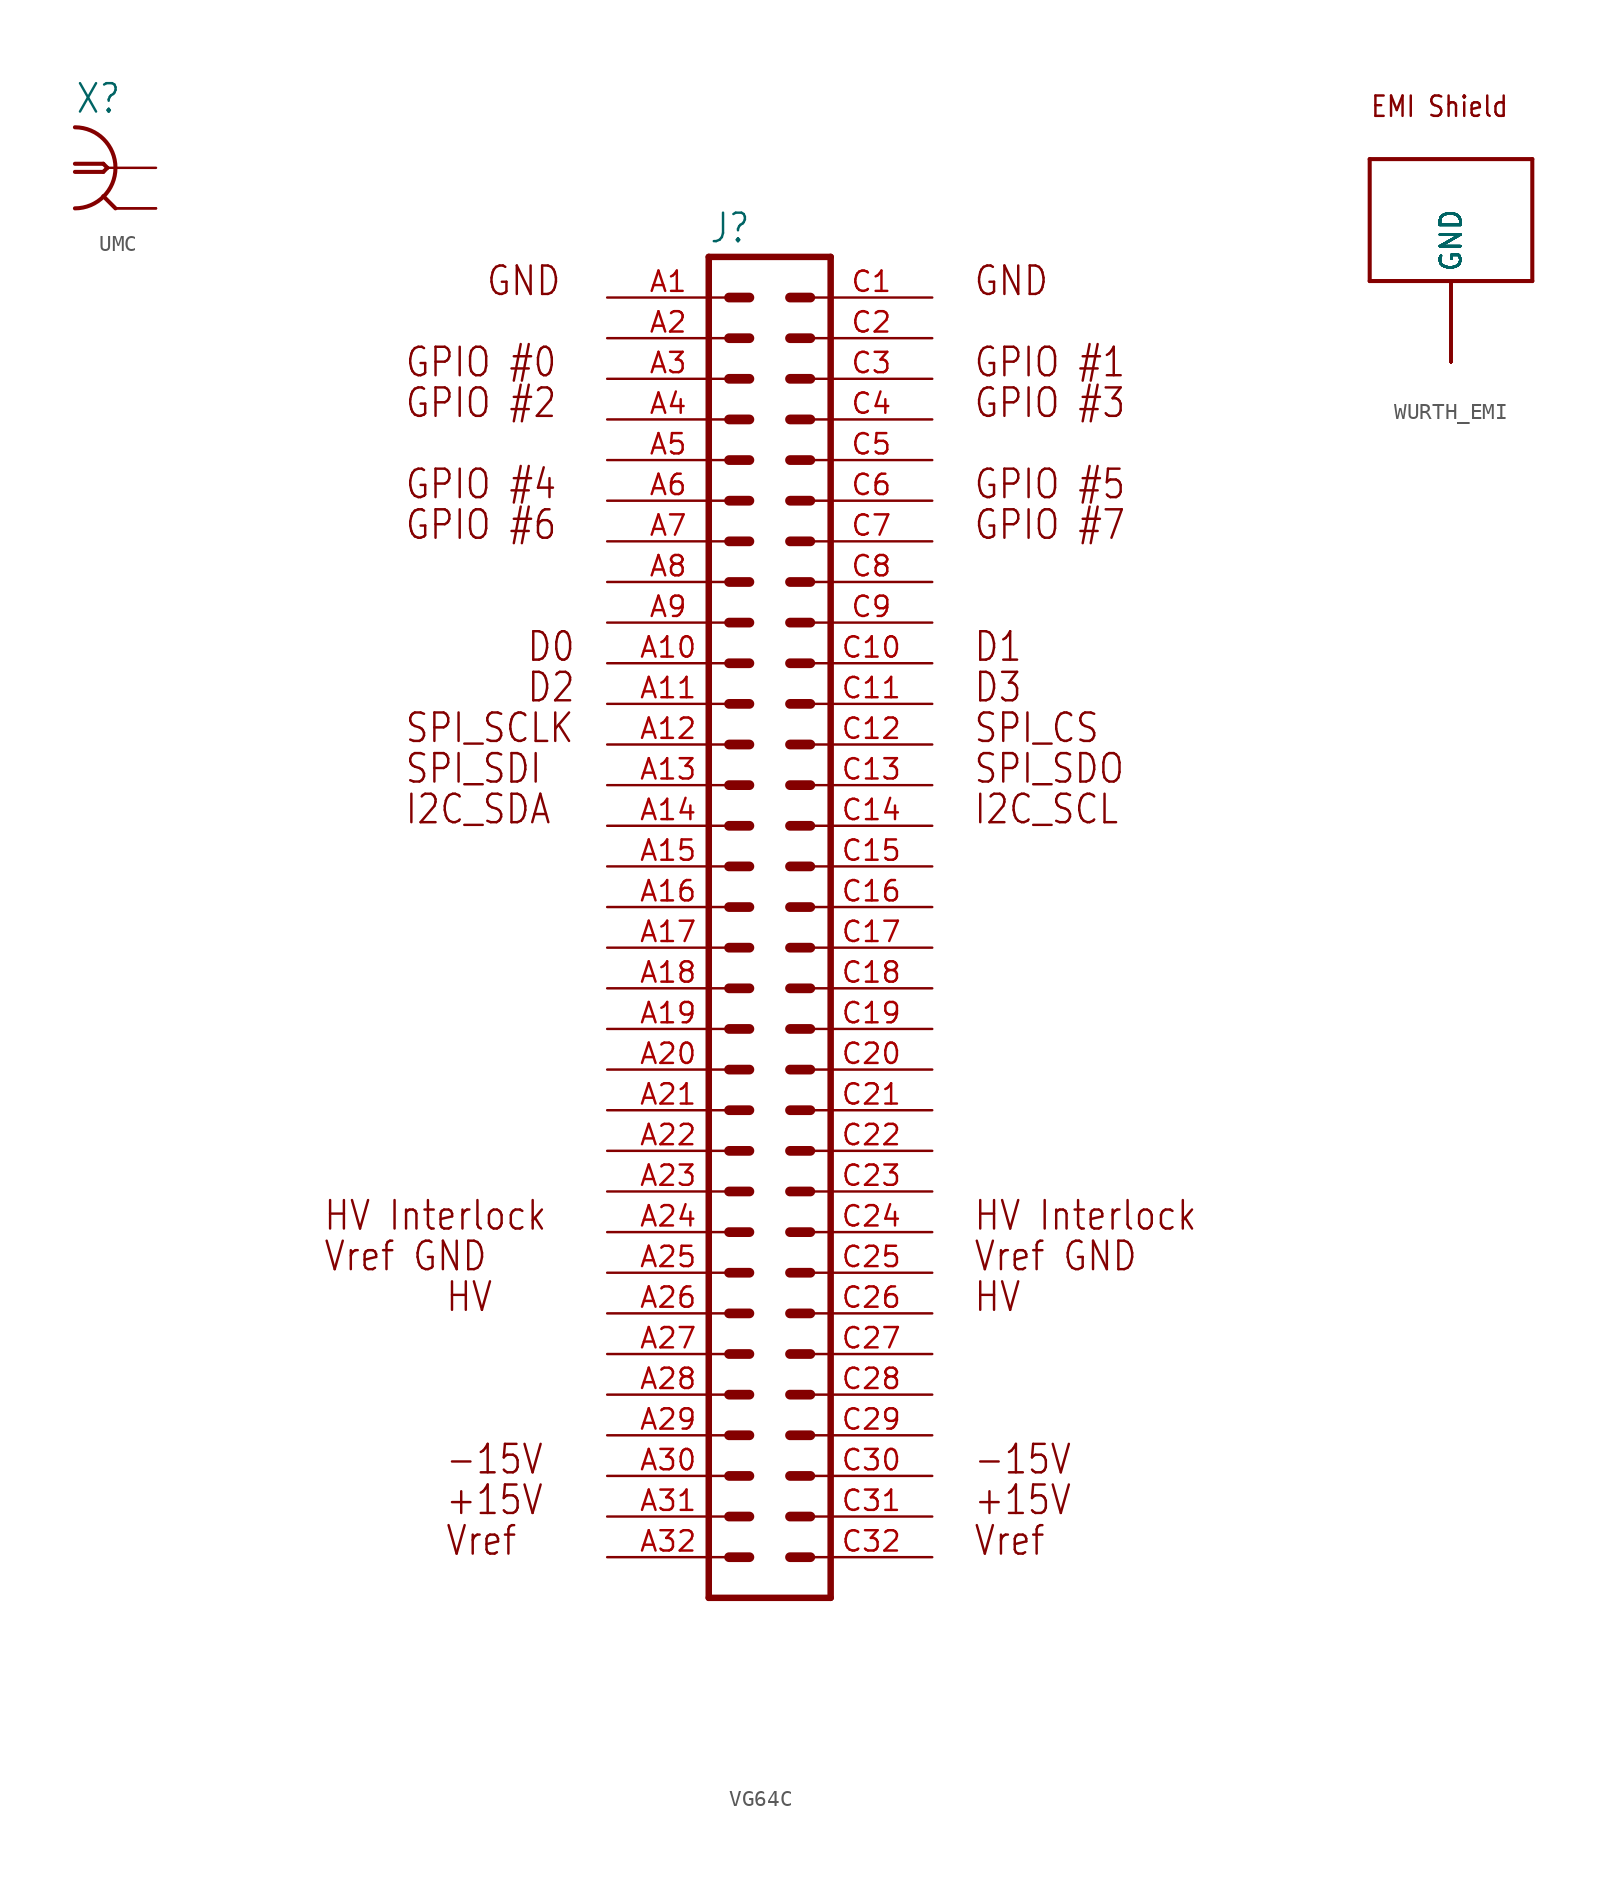
<source format=kicad_sym>
(kicad_symbol_lib
  (version 20231120)
  (generator "kicad_symbol_editor")
  (generator_version "8.0")
  (symbol "UMC"
    (property "Reference" "X"
      (at -2.54 3.302 0)
      (effects (font (size 1.778 1.511)) (justify left bottom)))
    (property "ki_locked" ""
      (at 0 0 0)
      (effects (font (size 1.27 1.27))))
    (symbol "UMC_1_0"
      (arc (start -2.54 -2.54) (mid 0 0) (end -2.54 2.54) (stroke (width 0.254) (type solid)) (fill (type none)))
      (polyline (pts (xy -2.54 0.254) (xy -0.762 0.254)) (stroke (width 0.254) (type solid)) (fill (type none)))
      (polyline (pts (xy -0.762 -0.254) (xy -2.54 -0.254)) (stroke (width 0.254) (type solid)) (fill (type none)))
      (polyline (pts (xy -0.762 0.254) (xy -0.508 0)) (stroke (width 0.254) (type solid)) (fill (type none)))
      (polyline (pts (xy -0.508 0) (xy -0.762 -0.254)) (stroke (width 0.254) (type solid)) (fill (type none)))
      (polyline (pts (xy 0 -2.54) (xy -0.762 -1.778)) (stroke (width 0.254) (type solid)) (fill (type none)))
      (polyline (pts (xy 0 0) (xy -0.508 0)) (stroke (width 0.152) (type solid)) (fill (type none)))
      (pin passive line (at 2.54 0 180) (length 2.54) (name "1" (effects (font (size 0 0)))) (number "P$1" (effects (font (size 0 0)))))
      (pin passive line (at 2.54 -2.54 180) (length 2.54) (name "2" (effects (font (size 0 0)))) (number "P$2" (effects (font (size 0 0)))))
      (pin passive line (at 2.54 -2.54 180) (length 2.54) (name "2" (effects (font (size 0 0)))) (number "P$3" (effects (font (size 0 0)))))))
  (symbol "VG64C"
    (property "Reference" "J"
      (at -3.81 41.402 0)
      (effects (font (size 1.778 1.511)) (justify left bottom)))
    (property "Value" ""
      (at -3.81 -45.72 0)
      (effects (font (size 1.778 1.511)) (justify left bottom)))
    (property "ki_locked" ""
      (at 0 0 0)
      (effects (font (size 1.27 1.27))))
    (symbol "VG64C_1_0"
      (polyline (pts (xy -3.81 40.64) (xy -3.81 -43.18)) (stroke (width 0.406) (type solid)) (fill (type none)))
      (polyline (pts (xy -3.81 40.64) (xy 3.81 40.64)) (stroke (width 0.406) (type solid)) (fill (type none)))
      (polyline (pts (xy -2.54 -40.64) (xy -1.27 -40.64)) (stroke (width 0.61) (type solid)) (fill (type none)))
      (polyline (pts (xy -2.54 -38.1) (xy -1.27 -38.1)) (stroke (width 0.61) (type solid)) (fill (type none)))
      (polyline (pts (xy -2.54 -35.56) (xy -1.27 -35.56)) (stroke (width 0.61) (type solid)) (fill (type none)))
      (polyline (pts (xy -2.54 -33.02) (xy -1.27 -33.02)) (stroke (width 0.61) (type solid)) (fill (type none)))
      (polyline (pts (xy -2.54 -30.48) (xy -1.27 -30.48)) (stroke (width 0.61) (type solid)) (fill (type none)))
      (polyline (pts (xy -2.54 -27.94) (xy -1.27 -27.94)) (stroke (width 0.61) (type solid)) (fill (type none)))
      (polyline (pts (xy -2.54 -25.4) (xy -1.27 -25.4)) (stroke (width 0.61) (type solid)) (fill (type none)))
      (polyline (pts (xy -2.54 -22.86) (xy -1.27 -22.86)) (stroke (width 0.61) (type solid)) (fill (type none)))
      (polyline (pts (xy -2.54 -20.32) (xy -1.27 -20.32)) (stroke (width 0.61) (type solid)) (fill (type none)))
      (polyline (pts (xy -2.54 -17.78) (xy -1.27 -17.78)) (stroke (width 0.61) (type solid)) (fill (type none)))
      (polyline (pts (xy -2.54 -15.24) (xy -1.27 -15.24)) (stroke (width 0.61) (type solid)) (fill (type none)))
      (polyline (pts (xy -2.54 -12.7) (xy -1.27 -12.7)) (stroke (width 0.61) (type solid)) (fill (type none)))
      (polyline (pts (xy -2.54 -10.16) (xy -1.27 -10.16)) (stroke (width 0.61) (type solid)) (fill (type none)))
      (polyline (pts (xy -2.54 -7.62) (xy -1.27 -7.62)) (stroke (width 0.61) (type solid)) (fill (type none)))
      (polyline (pts (xy -2.54 -5.08) (xy -1.27 -5.08)) (stroke (width 0.61) (type solid)) (fill (type none)))
      (polyline (pts (xy -2.54 -2.54) (xy -1.27 -2.54)) (stroke (width 0.61) (type solid)) (fill (type none)))
      (polyline (pts (xy -2.54 0) (xy -1.27 0)) (stroke (width 0.61) (type solid)) (fill (type none)))
      (polyline (pts (xy -2.54 2.54) (xy -1.27 2.54)) (stroke (width 0.61) (type solid)) (fill (type none)))
      (polyline (pts (xy -2.54 5.08) (xy -1.27 5.08)) (stroke (width 0.61) (type solid)) (fill (type none)))
      (polyline (pts (xy -2.54 7.62) (xy -1.27 7.62)) (stroke (width 0.61) (type solid)) (fill (type none)))
      (polyline (pts (xy -2.54 10.16) (xy -1.27 10.16)) (stroke (width 0.61) (type solid)) (fill (type none)))
      (polyline (pts (xy -2.54 12.7) (xy -1.27 12.7)) (stroke (width 0.61) (type solid)) (fill (type none)))
      (polyline (pts (xy -2.54 15.24) (xy -1.27 15.24)) (stroke (width 0.61) (type solid)) (fill (type none)))
      (polyline (pts (xy -2.54 17.78) (xy -1.27 17.78)) (stroke (width 0.61) (type solid)) (fill (type none)))
      (polyline (pts (xy -2.54 20.32) (xy -1.27 20.32)) (stroke (width 0.61) (type solid)) (fill (type none)))
      (polyline (pts (xy -2.54 22.86) (xy -1.27 22.86)) (stroke (width 0.61) (type solid)) (fill (type none)))
      (polyline (pts (xy -2.54 25.4) (xy -1.27 25.4)) (stroke (width 0.61) (type solid)) (fill (type none)))
      (polyline (pts (xy -2.54 27.94) (xy -1.27 27.94)) (stroke (width 0.61) (type solid)) (fill (type none)))
      (polyline (pts (xy -2.54 30.48) (xy -1.27 30.48)) (stroke (width 0.61) (type solid)) (fill (type none)))
      (polyline (pts (xy -2.54 33.02) (xy -1.27 33.02)) (stroke (width 0.61) (type solid)) (fill (type none)))
      (polyline (pts (xy -2.54 35.56) (xy -1.27 35.56)) (stroke (width 0.61) (type solid)) (fill (type none)))
      (polyline (pts (xy -2.54 38.1) (xy -1.27 38.1)) (stroke (width 0.61) (type solid)) (fill (type none)))
      (polyline (pts (xy 1.27 -40.64) (xy 2.54 -40.64)) (stroke (width 0.61) (type solid)) (fill (type none)))
      (polyline (pts (xy 1.27 -38.1) (xy 2.54 -38.1)) (stroke (width 0.61) (type solid)) (fill (type none)))
      (polyline (pts (xy 1.27 -35.56) (xy 2.54 -35.56)) (stroke (width 0.61) (type solid)) (fill (type none)))
      (polyline (pts (xy 1.27 -33.02) (xy 2.54 -33.02)) (stroke (width 0.61) (type solid)) (fill (type none)))
      (polyline (pts (xy 1.27 -30.48) (xy 2.54 -30.48)) (stroke (width 0.61) (type solid)) (fill (type none)))
      (polyline (pts (xy 1.27 -27.94) (xy 2.54 -27.94)) (stroke (width 0.61) (type solid)) (fill (type none)))
      (polyline (pts (xy 1.27 -25.4) (xy 2.54 -25.4)) (stroke (width 0.61) (type solid)) (fill (type none)))
      (polyline (pts (xy 1.27 -22.86) (xy 2.54 -22.86)) (stroke (width 0.61) (type solid)) (fill (type none)))
      (polyline (pts (xy 1.27 -20.32) (xy 2.54 -20.32)) (stroke (width 0.61) (type solid)) (fill (type none)))
      (polyline (pts (xy 1.27 -17.78) (xy 2.54 -17.78)) (stroke (width 0.61) (type solid)) (fill (type none)))
      (polyline (pts (xy 1.27 -15.24) (xy 2.54 -15.24)) (stroke (width 0.61) (type solid)) (fill (type none)))
      (polyline (pts (xy 1.27 -12.7) (xy 2.54 -12.7)) (stroke (width 0.61) (type solid)) (fill (type none)))
      (polyline (pts (xy 1.27 -10.16) (xy 2.54 -10.16)) (stroke (width 0.61) (type solid)) (fill (type none)))
      (polyline (pts (xy 1.27 -7.62) (xy 2.54 -7.62)) (stroke (width 0.61) (type solid)) (fill (type none)))
      (polyline (pts (xy 1.27 -5.08) (xy 2.54 -5.08)) (stroke (width 0.61) (type solid)) (fill (type none)))
      (polyline (pts (xy 1.27 -2.54) (xy 2.54 -2.54)) (stroke (width 0.61) (type solid)) (fill (type none)))
      (polyline (pts (xy 1.27 0) (xy 2.54 0)) (stroke (width 0.61) (type solid)) (fill (type none)))
      (polyline (pts (xy 1.27 2.54) (xy 2.54 2.54)) (stroke (width 0.61) (type solid)) (fill (type none)))
      (polyline (pts (xy 1.27 5.08) (xy 2.54 5.08)) (stroke (width 0.61) (type solid)) (fill (type none)))
      (polyline (pts (xy 1.27 7.62) (xy 2.54 7.62)) (stroke (width 0.61) (type solid)) (fill (type none)))
      (polyline (pts (xy 1.27 10.16) (xy 2.54 10.16)) (stroke (width 0.61) (type solid)) (fill (type none)))
      (polyline (pts (xy 1.27 12.7) (xy 2.54 12.7)) (stroke (width 0.61) (type solid)) (fill (type none)))
      (polyline (pts (xy 1.27 15.24) (xy 2.54 15.24)) (stroke (width 0.61) (type solid)) (fill (type none)))
      (polyline (pts (xy 1.27 17.78) (xy 2.54 17.78)) (stroke (width 0.61) (type solid)) (fill (type none)))
      (polyline (pts (xy 1.27 20.32) (xy 2.54 20.32)) (stroke (width 0.61) (type solid)) (fill (type none)))
      (polyline (pts (xy 1.27 22.86) (xy 2.54 22.86)) (stroke (width 0.61) (type solid)) (fill (type none)))
      (polyline (pts (xy 1.27 25.4) (xy 2.54 25.4)) (stroke (width 0.61) (type solid)) (fill (type none)))
      (polyline (pts (xy 1.27 27.94) (xy 2.54 27.94)) (stroke (width 0.61) (type solid)) (fill (type none)))
      (polyline (pts (xy 1.27 30.48) (xy 2.54 30.48)) (stroke (width 0.61) (type solid)) (fill (type none)))
      (polyline (pts (xy 1.27 33.02) (xy 2.54 33.02)) (stroke (width 0.61) (type solid)) (fill (type none)))
      (polyline (pts (xy 1.27 35.56) (xy 2.54 35.56)) (stroke (width 0.61) (type solid)) (fill (type none)))
      (polyline (pts (xy 1.27 38.1) (xy 2.54 38.1)) (stroke (width 0.61) (type solid)) (fill (type none)))
      (polyline (pts (xy 3.81 -43.18) (xy -3.81 -43.18)) (stroke (width 0.406) (type solid)) (fill (type none)))
      (polyline (pts (xy 3.81 -43.18) (xy 3.81 40.64)) (stroke (width 0.406) (type solid)) (fill (type none)))
      (text "+15V" (at -20.32 -38.1 0) (effects (font (size 1.778 1.511)) (justify left bottom)))
      (text "+15V" (at 12.7 -38.1 0) (effects (font (size 1.778 1.511)) (justify left bottom)))
      (text "-15V" (at -20.32 -35.56 0) (effects (font (size 1.778 1.511)) (justify left bottom)))
      (text "-15V" (at 12.7 -35.56 0) (effects (font (size 1.778 1.511)) (justify left bottom)))
      (text "D0" (at -15.24 15.24 0) (effects (font (size 1.778 1.511)) (justify left bottom)))
      (text "D1" (at 12.7 15.24 0) (effects (font (size 1.778 1.511)) (justify left bottom)))
      (text "D2" (at -15.24 12.7 0) (effects (font (size 1.778 1.511)) (justify left bottom)))
      (text "D3" (at 12.7 12.7 0) (effects (font (size 1.778 1.511)) (justify left bottom)))
      (text "GND" (at -17.78 38.1 0) (effects (font (size 1.778 1.511)) (justify left bottom)))
      (text "GND" (at 12.7 38.1 0) (effects (font (size 1.778 1.511)) (justify left bottom)))
      (text "GPIO #0" (at -22.86 33.02 0) (effects (font (size 1.778 1.511)) (justify left bottom)))
      (text "GPIO #1" (at 12.7 33.02 0) (effects (font (size 1.778 1.511)) (justify left bottom)))
      (text "GPIO #2" (at -22.86 30.48 0) (effects (font (size 1.778 1.511)) (justify left bottom)))
      (text "GPIO #3" (at 12.7 30.48 0) (effects (font (size 1.778 1.511)) (justify left bottom)))
      (text "GPIO #4" (at -22.86 25.4 0) (effects (font (size 1.778 1.511)) (justify left bottom)))
      (text "GPIO #5" (at 12.7 25.4 0) (effects (font (size 1.778 1.511)) (justify left bottom)))
      (text "GPIO #6" (at -22.86 22.86 0) (effects (font (size 1.778 1.511)) (justify left bottom)))
      (text "GPIO #7" (at 12.7 22.86 0) (effects (font (size 1.778 1.511)) (justify left bottom)))
      (text "HV" (at -20.32 -25.4 0) (effects (font (size 1.778 1.511)) (justify left bottom)))
      (text "HV" (at 12.7 -25.4 0) (effects (font (size 1.778 1.511)) (justify left bottom)))
      (text "HV Interlock" (at -27.94 -20.32 0) (effects (font (size 1.778 1.511)) (justify left bottom)))
      (text "HV Interlock" (at 12.7 -20.32 0) (effects (font (size 1.778 1.511)) (justify left bottom)))
      (text "I2C_SCL" (at 12.7 5.08 0) (effects (font (size 1.778 1.511)) (justify left bottom)))
      (text "I2C_SDA" (at -22.86 5.08 0) (effects (font (size 1.778 1.511)) (justify left bottom)))
      (text "SPI_CS" (at 12.7 10.16 0) (effects (font (size 1.778 1.511)) (justify left bottom)))
      (text "SPI_SCLK" (at -22.86 10.16 0) (effects (font (size 1.778 1.511)) (justify left bottom)))
      (text "SPI_SDI" (at -22.86 7.62 0) (effects (font (size 1.778 1.511)) (justify left bottom)))
      (text "SPI_SDO" (at 12.7 7.62 0) (effects (font (size 1.778 1.511)) (justify left bottom)))
      (text "Vref" (at -20.32 -40.64 0) (effects (font (size 1.778 1.511)) (justify left bottom)))
      (text "Vref" (at 12.7 -40.64 0) (effects (font (size 1.778 1.511)) (justify left bottom)))
      (text "Vref GND" (at -27.94 -22.86 0) (effects (font (size 1.778 1.511)) (justify left bottom)))
      (text "Vref GND" (at 12.7 -22.86 0) (effects (font (size 1.778 1.511)) (justify left bottom)))
      (pin passive line (at -10.16 38.1 0) (length 7.62) (name "A1" (effects (font (size 0 0)))) (number "A1" (effects (font (size 1.27 1.27)))))
      (pin passive line (at -10.16 15.24 0) (length 7.62) (name "A10" (effects (font (size 0 0)))) (number "A10" (effects (font (size 1.27 1.27)))))
      (pin passive line (at -10.16 12.7 0) (length 7.62) (name "A11" (effects (font (size 0 0)))) (number "A11" (effects (font (size 1.27 1.27)))))
      (pin passive line (at -10.16 10.16 0) (length 7.62) (name "A12" (effects (font (size 0 0)))) (number "A12" (effects (font (size 1.27 1.27)))))
      (pin passive line (at -10.16 7.62 0) (length 7.62) (name "A13" (effects (font (size 0 0)))) (number "A13" (effects (font (size 1.27 1.27)))))
      (pin passive line (at -10.16 5.08 0) (length 7.62) (name "A14" (effects (font (size 0 0)))) (number "A14" (effects (font (size 1.27 1.27)))))
      (pin passive line (at -10.16 2.54 0) (length 7.62) (name "A15" (effects (font (size 0 0)))) (number "A15" (effects (font (size 1.27 1.27)))))
      (pin passive line (at -10.16 0 0) (length 7.62) (name "A16" (effects (font (size 0 0)))) (number "A16" (effects (font (size 1.27 1.27)))))
      (pin passive line (at -10.16 -2.54 0) (length 7.62) (name "A17" (effects (font (size 0 0)))) (number "A17" (effects (font (size 1.27 1.27)))))
      (pin passive line (at -10.16 -5.08 0) (length 7.62) (name "A18" (effects (font (size 0 0)))) (number "A18" (effects (font (size 1.27 1.27)))))
      (pin passive line (at -10.16 -7.62 0) (length 7.62) (name "A19" (effects (font (size 0 0)))) (number "A19" (effects (font (size 1.27 1.27)))))
      (pin passive line (at -10.16 35.56 0) (length 7.62) (name "A2" (effects (font (size 0 0)))) (number "A2" (effects (font (size 1.27 1.27)))))
      (pin passive line (at -10.16 -10.16 0) (length 7.62) (name "A20" (effects (font (size 0 0)))) (number "A20" (effects (font (size 1.27 1.27)))))
      (pin passive line (at -10.16 -12.7 0) (length 7.62) (name "A21" (effects (font (size 0 0)))) (number "A21" (effects (font (size 1.27 1.27)))))
      (pin passive line (at -10.16 -15.24 0) (length 7.62) (name "A22" (effects (font (size 0 0)))) (number "A22" (effects (font (size 1.27 1.27)))))
      (pin passive line (at -10.16 -17.78 0) (length 7.62) (name "A23" (effects (font (size 0 0)))) (number "A23" (effects (font (size 1.27 1.27)))))
      (pin passive line (at -10.16 -20.32 0) (length 7.62) (name "A24" (effects (font (size 0 0)))) (number "A24" (effects (font (size 1.27 1.27)))))
      (pin passive line (at -10.16 -22.86 0) (length 7.62) (name "A25" (effects (font (size 0 0)))) (number "A25" (effects (font (size 1.27 1.27)))))
      (pin passive line (at -10.16 -25.4 0) (length 7.62) (name "A26" (effects (font (size 0 0)))) (number "A26" (effects (font (size 1.27 1.27)))))
      (pin passive line (at -10.16 -27.94 0) (length 7.62) (name "A27" (effects (font (size 0 0)))) (number "A27" (effects (font (size 1.27 1.27)))))
      (pin passive line (at -10.16 -30.48 0) (length 7.62) (name "A28" (effects (font (size 0 0)))) (number "A28" (effects (font (size 1.27 1.27)))))
      (pin passive line (at -10.16 -33.02 0) (length 7.62) (name "A29" (effects (font (size 0 0)))) (number "A29" (effects (font (size 1.27 1.27)))))
      (pin passive line (at -10.16 33.02 0) (length 7.62) (name "A3" (effects (font (size 0 0)))) (number "A3" (effects (font (size 1.27 1.27)))))
      (pin passive line (at -10.16 -35.56 0) (length 7.62) (name "A30" (effects (font (size 0 0)))) (number "A30" (effects (font (size 1.27 1.27)))))
      (pin passive line (at -10.16 -38.1 0) (length 7.62) (name "A31" (effects (font (size 0 0)))) (number "A31" (effects (font (size 1.27 1.27)))))
      (pin passive line (at -10.16 -40.64 0) (length 7.62) (name "A32" (effects (font (size 0 0)))) (number "A32" (effects (font (size 1.27 1.27)))))
      (pin passive line (at -10.16 30.48 0) (length 7.62) (name "A4" (effects (font (size 0 0)))) (number "A4" (effects (font (size 1.27 1.27)))))
      (pin passive line (at -10.16 27.94 0) (length 7.62) (name "A5" (effects (font (size 0 0)))) (number "A5" (effects (font (size 1.27 1.27)))))
      (pin passive line (at -10.16 25.4 0) (length 7.62) (name "A6" (effects (font (size 0 0)))) (number "A6" (effects (font (size 1.27 1.27)))))
      (pin passive line (at -10.16 22.86 0) (length 7.62) (name "A7" (effects (font (size 0 0)))) (number "A7" (effects (font (size 1.27 1.27)))))
      (pin passive line (at -10.16 20.32 0) (length 7.62) (name "A8" (effects (font (size 0 0)))) (number "A8" (effects (font (size 1.27 1.27)))))
      (pin passive line (at -10.16 17.78 0) (length 7.62) (name "A9" (effects (font (size 0 0)))) (number "A9" (effects (font (size 1.27 1.27)))))
      (pin passive line (at 10.16 38.1 180) (length 7.62) (name "C1" (effects (font (size 0 0)))) (number "C1" (effects (font (size 1.27 1.27)))))
      (pin passive line (at 10.16 15.24 180) (length 7.62) (name "C10" (effects (font (size 0 0)))) (number "C10" (effects (font (size 1.27 1.27)))))
      (pin passive line (at 10.16 12.7 180) (length 7.62) (name "C11" (effects (font (size 0 0)))) (number "C11" (effects (font (size 1.27 1.27)))))
      (pin passive line (at 10.16 10.16 180) (length 7.62) (name "C12" (effects (font (size 0 0)))) (number "C12" (effects (font (size 1.27 1.27)))))
      (pin passive line (at 10.16 7.62 180) (length 7.62) (name "C13" (effects (font (size 0 0)))) (number "C13" (effects (font (size 1.27 1.27)))))
      (pin passive line (at 10.16 5.08 180) (length 7.62) (name "C14" (effects (font (size 0 0)))) (number "C14" (effects (font (size 1.27 1.27)))))
      (pin passive line (at 10.16 2.54 180) (length 7.62) (name "C15" (effects (font (size 0 0)))) (number "C15" (effects (font (size 1.27 1.27)))))
      (pin passive line (at 10.16 0 180) (length 7.62) (name "C16" (effects (font (size 0 0)))) (number "C16" (effects (font (size 1.27 1.27)))))
      (pin passive line (at 10.16 -2.54 180) (length 7.62) (name "C17" (effects (font (size 0 0)))) (number "C17" (effects (font (size 1.27 1.27)))))
      (pin passive line (at 10.16 -5.08 180) (length 7.62) (name "C18" (effects (font (size 0 0)))) (number "C18" (effects (font (size 1.27 1.27)))))
      (pin passive line (at 10.16 -7.62 180) (length 7.62) (name "C19" (effects (font (size 0 0)))) (number "C19" (effects (font (size 1.27 1.27)))))
      (pin passive line (at 10.16 35.56 180) (length 7.62) (name "C2" (effects (font (size 0 0)))) (number "C2" (effects (font (size 1.27 1.27)))))
      (pin passive line (at 10.16 -10.16 180) (length 7.62) (name "C20" (effects (font (size 0 0)))) (number "C20" (effects (font (size 1.27 1.27)))))
      (pin passive line (at 10.16 -12.7 180) (length 7.62) (name "C21" (effects (font (size 0 0)))) (number "C21" (effects (font (size 1.27 1.27)))))
      (pin passive line (at 10.16 -15.24 180) (length 7.62) (name "C22" (effects (font (size 0 0)))) (number "C22" (effects (font (size 1.27 1.27)))))
      (pin passive line (at 10.16 -17.78 180) (length 7.62) (name "C23" (effects (font (size 0 0)))) (number "C23" (effects (font (size 1.27 1.27)))))
      (pin passive line (at 10.16 -20.32 180) (length 7.62) (name "C24" (effects (font (size 0 0)))) (number "C24" (effects (font (size 1.27 1.27)))))
      (pin passive line (at 10.16 -22.86 180) (length 7.62) (name "C25" (effects (font (size 0 0)))) (number "C25" (effects (font (size 1.27 1.27)))))
      (pin passive line (at 10.16 -25.4 180) (length 7.62) (name "C26" (effects (font (size 0 0)))) (number "C26" (effects (font (size 1.27 1.27)))))
      (pin passive line (at 10.16 -27.94 180) (length 7.62) (name "C27" (effects (font (size 0 0)))) (number "C27" (effects (font (size 1.27 1.27)))))
      (pin passive line (at 10.16 -30.48 180) (length 7.62) (name "C28" (effects (font (size 0 0)))) (number "C28" (effects (font (size 1.27 1.27)))))
      (pin passive line (at 10.16 -33.02 180) (length 7.62) (name "C29" (effects (font (size 0 0)))) (number "C29" (effects (font (size 1.27 1.27)))))
      (pin passive line (at 10.16 33.02 180) (length 7.62) (name "C3" (effects (font (size 0 0)))) (number "C3" (effects (font (size 1.27 1.27)))))
      (pin passive line (at 10.16 -35.56 180) (length 7.62) (name "C30" (effects (font (size 0 0)))) (number "C30" (effects (font (size 1.27 1.27)))))
      (pin passive line (at 10.16 -38.1 180) (length 7.62) (name "C31" (effects (font (size 0 0)))) (number "C31" (effects (font (size 1.27 1.27)))))
      (pin passive line (at 10.16 -40.64 180) (length 7.62) (name "C32" (effects (font (size 0 0)))) (number "C32" (effects (font (size 1.27 1.27)))))
      (pin passive line (at 10.16 30.48 180) (length 7.62) (name "C4" (effects (font (size 0 0)))) (number "C4" (effects (font (size 1.27 1.27)))))
      (pin passive line (at 10.16 27.94 180) (length 7.62) (name "C5" (effects (font (size 0 0)))) (number "C5" (effects (font (size 1.27 1.27)))))
      (pin passive line (at 10.16 25.4 180) (length 7.62) (name "C6" (effects (font (size 0 0)))) (number "C6" (effects (font (size 1.27 1.27)))))
      (pin passive line (at 10.16 22.86 180) (length 7.62) (name "C7" (effects (font (size 0 0)))) (number "C7" (effects (font (size 1.27 1.27)))))
      (pin passive line (at 10.16 20.32 180) (length 7.62) (name "C8" (effects (font (size 0 0)))) (number "C8" (effects (font (size 1.27 1.27)))))
      (pin passive line (at 10.16 17.78 180) (length 7.62) (name "C9" (effects (font (size 0 0)))) (number "C9" (effects (font (size 1.27 1.27)))))))
  (symbol "WURTH_EMI"
    (property "Reference" ""
      (at 0 0 0)
      (effects (font (size 1.27 1.27)) (hide yes)))
    (property "ki_locked" ""
      (at 0 0 0)
      (effects (font (size 1.27 1.27))))
    (symbol "WURTH_EMI_1_0"
      (polyline (pts (xy -2.54 -2.54) (xy -2.54 5.08)) (stroke (width 0.254) (type solid)) (fill (type none)))
      (polyline (pts (xy -2.54 5.08) (xy 7.62 5.08)) (stroke (width 0.254) (type solid)) (fill (type none)))
      (polyline (pts (xy 7.62 -2.54) (xy -2.54 -2.54)) (stroke (width 0.254) (type solid)) (fill (type none)))
      (polyline (pts (xy 7.62 5.08) (xy 7.62 -2.54)) (stroke (width 0.254) (type solid)) (fill (type none)))
      (text "EMI Shield" (at -2.54 7.62 0) (effects (font (size 1.27 1.079)) (justify left bottom)))
      (pin bidirectional line (at 2.54 -7.62 90) (length 5.08) (name "GND" (effects (font (size 1.27 1.27)))) (number "P$1" (effects (font (size 0 0)))))
      (pin bidirectional line (at 2.54 -7.62 90) (length 5.08) (name "GND" (effects (font (size 1.27 1.27)))) (number "P$10" (effects (font (size 0 0)))))
      (pin bidirectional line (at 2.54 -7.62 90) (length 5.08) (name "GND" (effects (font (size 1.27 1.27)))) (number "P$11" (effects (font (size 0 0)))))
      (pin bidirectional line (at 2.54 -7.62 90) (length 5.08) (name "GND" (effects (font (size 1.27 1.27)))) (number "P$12" (effects (font (size 0 0)))))
      (pin bidirectional line (at 2.54 -7.62 90) (length 5.08) (name "GND" (effects (font (size 1.27 1.27)))) (number "P$13" (effects (font (size 0 0)))))
      (pin bidirectional line (at 2.54 -7.62 90) (length 5.08) (name "GND" (effects (font (size 1.27 1.27)))) (number "P$14" (effects (font (size 0 0)))))
      (pin bidirectional line (at 2.54 -7.62 90) (length 5.08) (name "GND" (effects (font (size 1.27 1.27)))) (number "P$15" (effects (font (size 0 0)))))
      (pin bidirectional line (at 2.54 -7.62 90) (length 5.08) (name "GND" (effects (font (size 1.27 1.27)))) (number "P$16" (effects (font (size 0 0)))))
      (pin bidirectional line (at 2.54 -7.62 90) (length 5.08) (name "GND" (effects (font (size 1.27 1.27)))) (number "P$2" (effects (font (size 0 0)))))
      (pin bidirectional line (at 2.54 -7.62 90) (length 5.08) (name "GND" (effects (font (size 1.27 1.27)))) (number "P$3" (effects (font (size 0 0)))))
      (pin bidirectional line (at 2.54 -7.62 90) (length 5.08) (name "GND" (effects (font (size 1.27 1.27)))) (number "P$4" (effects (font (size 0 0)))))
      (pin bidirectional line (at 2.54 -7.62 90) (length 5.08) (name "GND" (effects (font (size 1.27 1.27)))) (number "P$5" (effects (font (size 0 0)))))
      (pin bidirectional line (at 2.54 -7.62 90) (length 5.08) (name "GND" (effects (font (size 1.27 1.27)))) (number "P$6" (effects (font (size 0 0)))))
      (pin bidirectional line (at 2.54 -7.62 90) (length 5.08) (name "GND" (effects (font (size 1.27 1.27)))) (number "P$7" (effects (font (size 0 0)))))
      (pin bidirectional line (at 2.54 -7.62 90) (length 5.08) (name "GND" (effects (font (size 1.27 1.27)))) (number "P$8" (effects (font (size 0 0)))))
      (pin bidirectional line (at 2.54 -7.62 90) (length 5.08) (name "GND" (effects (font (size 1.27 1.27)))) (number "P$9" (effects (font (size 0 0))))))))
</source>
